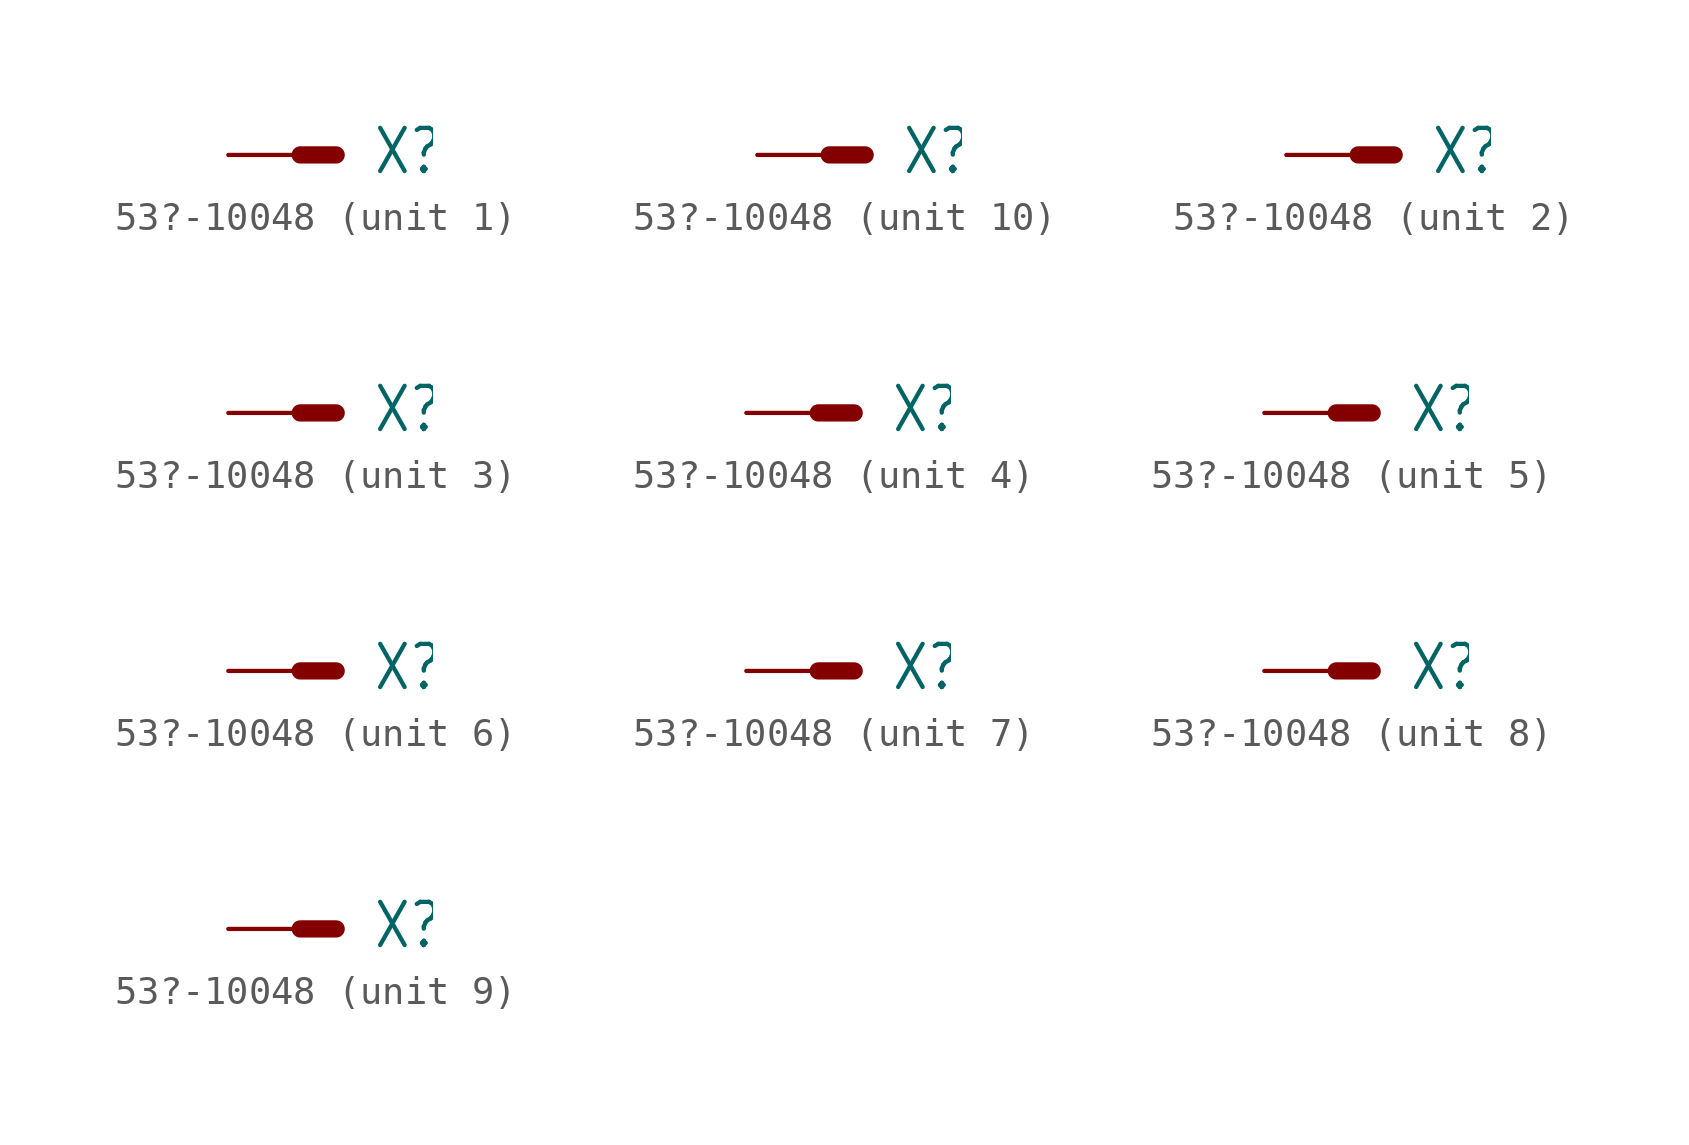
<source format=kicad_sym>
(kicad_symbol_lib
  (version 20220914)
  (generator kicad_symbol_editor)
  (symbol "53?-10048"
    (property "Reference" "X"
      (at 2.54 -0.762 0)
      (effects (font (size 1.524 1.295)) (justify left bottom)))
    (property "ki_locked" ""
      (at 0 0 0)
      (effects (font (size 1.27 1.27))))
    (symbol "53?-10048_1_0"
      (polyline (pts (xy 1.27 0) (xy 0 0)) (stroke (width 0.61) (type solid)) (fill (type none)))
      (pin passive line (at -2.54 0 0) (length 2.54) (name "S" (effects (font (size 0 0)))) (number "1" (effects (font (size 0 0))))))
    (symbol "53?-10048_2_0"
      (polyline (pts (xy 1.27 0) (xy 0 0)) (stroke (width 0.61) (type solid)) (fill (type none)))
      (pin passive line (at -2.54 0 0) (length 2.54) (name "S" (effects (font (size 0 0)))) (number "2" (effects (font (size 0 0))))))
    (symbol "53?-10048_3_0"
      (polyline (pts (xy 1.27 0) (xy 0 0)) (stroke (width 0.61) (type solid)) (fill (type none)))
      (pin passive line (at -2.54 0 0) (length 2.54) (name "S" (effects (font (size 0 0)))) (number "3" (effects (font (size 0 0))))))
    (symbol "53?-10048_4_0"
      (polyline (pts (xy 1.27 0) (xy 0 0)) (stroke (width 0.61) (type solid)) (fill (type none)))
      (pin passive line (at -2.54 0 0) (length 2.54) (name "S" (effects (font (size 0 0)))) (number "4" (effects (font (size 0 0))))))
    (symbol "53?-10048_5_0"
      (polyline (pts (xy 1.27 0) (xy 0 0)) (stroke (width 0.61) (type solid)) (fill (type none)))
      (pin passive line (at -2.54 0 0) (length 2.54) (name "S" (effects (font (size 0 0)))) (number "5" (effects (font (size 0 0))))))
    (symbol "53?-10048_6_0"
      (polyline (pts (xy 1.27 0) (xy 0 0)) (stroke (width 0.61) (type solid)) (fill (type none)))
      (pin passive line (at -2.54 0 0) (length 2.54) (name "S" (effects (font (size 0 0)))) (number "6" (effects (font (size 0 0))))))
    (symbol "53?-10048_7_0"
      (polyline (pts (xy 1.27 0) (xy 0 0)) (stroke (width 0.61) (type solid)) (fill (type none)))
      (pin passive line (at -2.54 0 0) (length 2.54) (name "S" (effects (font (size 0 0)))) (number "7" (effects (font (size 0 0))))))
    (symbol "53?-10048_8_0"
      (polyline (pts (xy 1.27 0) (xy 0 0)) (stroke (width 0.61) (type solid)) (fill (type none)))
      (pin passive line (at -2.54 0 0) (length 2.54) (name "S" (effects (font (size 0 0)))) (number "8" (effects (font (size 0 0))))))
    (symbol "53?-10048_9_0"
      (polyline (pts (xy 1.27 0) (xy 0 0)) (stroke (width 0.61) (type solid)) (fill (type none)))
      (pin passive line (at -2.54 0 0) (length 2.54) (name "S" (effects (font (size 0 0)))) (number "9" (effects (font (size 0 0))))))
    (symbol "53?-10048_10_0"
      (polyline (pts (xy 1.27 0) (xy 0 0)) (stroke (width 0.61) (type solid)) (fill (type none)))
      (pin passive line (at -2.54 0 0) (length 2.54) (name "S" (effects (font (size 0 0)))) (number "10" (effects (font (size 0 0))))))))
</source>
